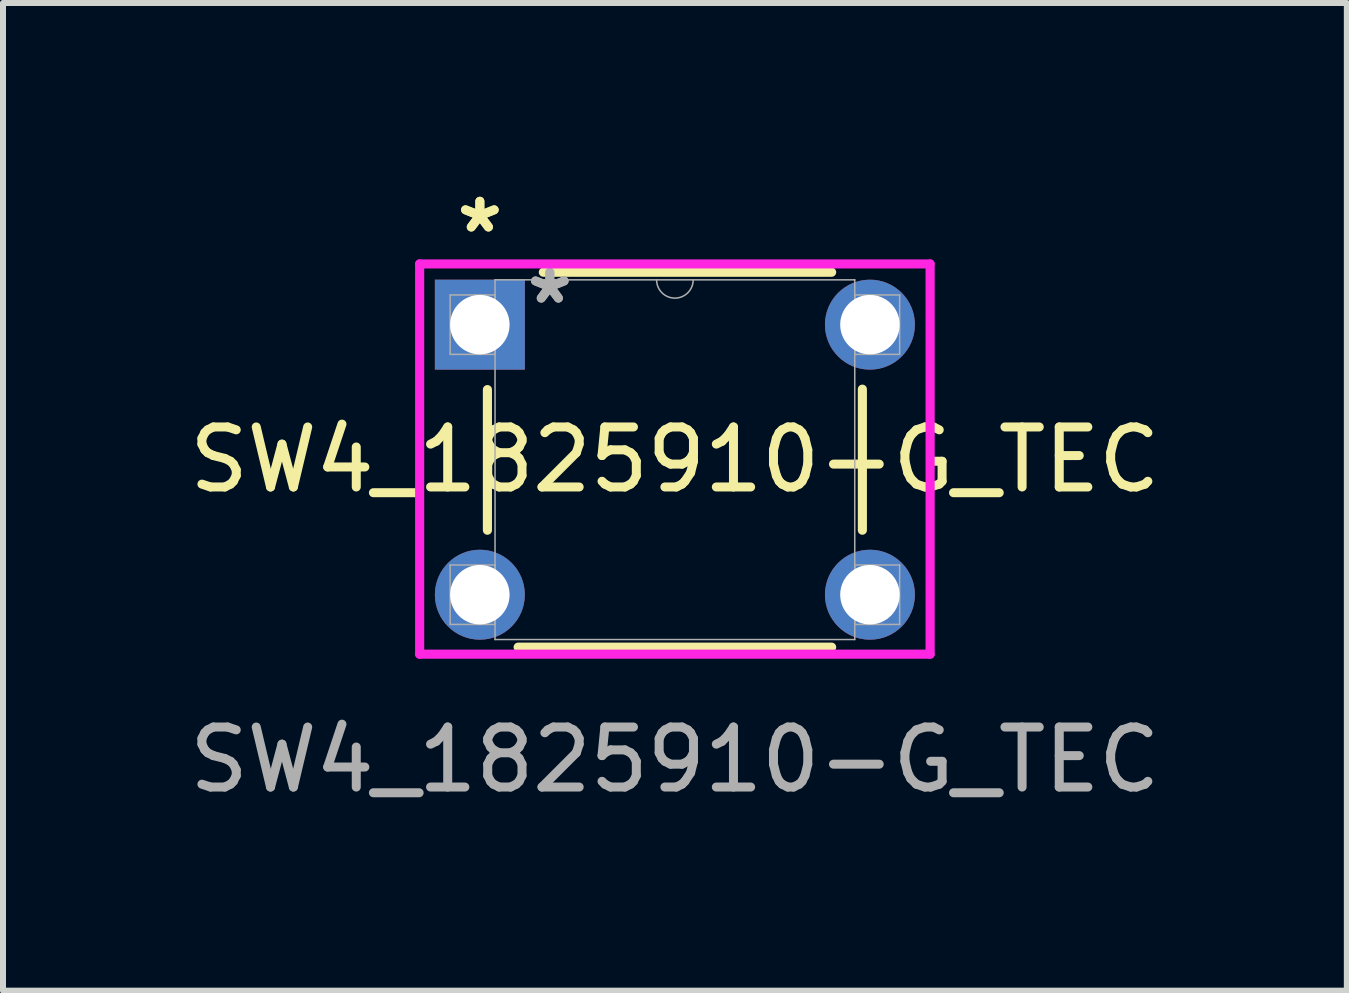
<source format=kicad_pcb>
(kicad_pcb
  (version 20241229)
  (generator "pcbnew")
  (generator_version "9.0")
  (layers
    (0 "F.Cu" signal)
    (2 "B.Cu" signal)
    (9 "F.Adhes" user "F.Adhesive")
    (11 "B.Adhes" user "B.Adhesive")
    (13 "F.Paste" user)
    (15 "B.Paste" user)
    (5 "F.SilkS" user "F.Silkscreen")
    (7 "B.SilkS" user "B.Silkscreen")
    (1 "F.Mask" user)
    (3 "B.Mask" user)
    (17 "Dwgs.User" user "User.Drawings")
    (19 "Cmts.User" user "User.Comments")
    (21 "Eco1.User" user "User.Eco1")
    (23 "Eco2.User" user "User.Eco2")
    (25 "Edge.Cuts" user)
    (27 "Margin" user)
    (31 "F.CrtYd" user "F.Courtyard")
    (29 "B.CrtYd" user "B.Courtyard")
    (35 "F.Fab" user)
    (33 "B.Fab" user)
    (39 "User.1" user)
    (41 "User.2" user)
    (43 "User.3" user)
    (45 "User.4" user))
  (footprint "SW4_1825910-G_TEC"
    (layer "F.Cu")
    (at 3.696 8.61)
    (property "Reference" "SW4_1825910-G_TEC" (at 4.5 -4 0) (unlocked yes) (layer "F.SilkS") (effects (font (size 1 1) (thickness 0.15))))
    (attr through_hole)
    (fp_line (start 1.376 -5.168) (end 1.376 -2.825) (stroke (width 0.152) (type solid)) (layer "F.SilkS"))
    (fp_line (start 1.888 -0.876) (end 7.112 -0.876) (stroke (width 0.152) (type solid)) (layer "F.SilkS"))
    (fp_line (start 7.112 -7.124) (end 2.308 -7.124) (stroke (width 0.152) (type solid)) (layer "F.SilkS"))
    (fp_line (start 7.624 -2.825) (end 7.624 -5.175) (stroke (width 0.152) (type solid)) (layer "F.SilkS"))
    (fp_line (start 0.247 -7.262) (end 8.753 -7.262) (stroke (width 0.152) (type solid)) (layer "F.CrtYd"))
    (fp_line (start 0.247 -0.759) (end 0.247 -7.262) (stroke (width 0.152) (type solid)) (layer "F.CrtYd"))
    (fp_line (start 8.753 -7.262) (end 8.753 -0.759) (stroke (width 0.152) (type solid)) (layer "F.CrtYd"))
    (fp_line (start 8.753 -0.759) (end 0.247 -0.759) (stroke (width 0.152) (type solid)) (layer "F.CrtYd"))
    (fp_line (start 0.755 -6.745) (end 0.755 -5.755) (stroke (width 0.025) (type solid)) (layer "F.Fab"))
    (fp_line (start 0.755 -5.755) (end 1.503 -5.755) (stroke (width 0.025) (type solid)) (layer "F.Fab"))
    (fp_line (start 0.755 -2.245) (end 0.755 -1.255) (stroke (width 0.025) (type solid)) (layer "F.Fab"))
    (fp_line (start 0.755 -1.255) (end 1.503 -1.255) (stroke (width 0.025) (type solid)) (layer "F.Fab"))
    (fp_line (start 1.503 -6.997) (end 1.503 -1.003) (stroke (width 0.025) (type solid)) (layer "F.Fab"))
    (fp_line (start 1.503 -6.745) (end 0.755 -6.745) (stroke (width 0.025) (type solid)) (layer "F.Fab"))
    (fp_line (start 1.503 -5.755) (end 1.503 -6.745) (stroke (width 0.025) (type solid)) (layer "F.Fab"))
    (fp_line (start 1.503 -2.245) (end 0.755 -2.245) (stroke (width 0.025) (type solid)) (layer "F.Fab"))
    (fp_line (start 1.503 -1.255) (end 1.503 -2.245) (stroke (width 0.025) (type solid)) (layer "F.Fab"))
    (fp_line (start 1.503 -1.003) (end 7.497 -1.003) (stroke (width 0.025) (type solid)) (layer "F.Fab"))
    (fp_line (start 7.497 -6.997) (end 1.503 -6.997) (stroke (width 0.025) (type solid)) (layer "F.Fab"))
    (fp_line (start 7.497 -6.745) (end 7.497 -5.755) (stroke (width 0.025) (type solid)) (layer "F.Fab"))
    (fp_line (start 7.497 -5.755) (end 8.245 -5.755) (stroke (width 0.025) (type solid)) (layer "F.Fab"))
    (fp_line (start 7.497 -2.245) (end 7.497 -1.255) (stroke (width 0.025) (type solid)) (layer "F.Fab"))
    (fp_line (start 7.497 -1.255) (end 8.245 -1.255) (stroke (width 0.025) (type solid)) (layer "F.Fab"))
    (fp_line (start 7.497 -1.003) (end 7.497 -6.997) (stroke (width 0.025) (type solid)) (layer "F.Fab"))
    (fp_line (start 8.245 -6.745) (end 7.497 -6.745) (stroke (width 0.025) (type solid)) (layer "F.Fab"))
    (fp_line (start 8.245 -5.755) (end 8.245 -6.745) (stroke (width 0.025) (type solid)) (layer "F.Fab"))
    (fp_line (start 8.245 -2.245) (end 7.497 -2.245) (stroke (width 0.025) (type solid)) (layer "F.Fab"))
    (fp_line (start 8.245 -1.255) (end 8.245 -2.245) (stroke (width 0.025) (type solid)) (layer "F.Fab"))
    (fp_arc (start 4.8048 -6.9972) (mid 4.5 -6.6924) (end 4.1952 -6.9972) (stroke (width 0.0254) (type solid)) (layer "F.Fab"))
    (fp_text user "*" (at 1.25 -7.761 0) (layer "F.SilkS") (effects (font (size 1 1) (thickness 0.15))))
    (fp_text user "*" (at 1.25 -7.761 0) (unlocked yes) (layer "F.SilkS") (effects (font (size 1 1) (thickness 0.15))))
    (fp_text user "*" (at 2.416 -6.576 0) (unlocked yes) (layer "F.Fab") (effects (font (size 1 1) (thickness 0.15))))
    (fp_text user "${REFERENCE}" (at 4.5 1 0) (unlocked yes) (layer "F.Fab") (effects (font (size 1 1) (thickness 0.15))))
    (fp_text user "*" (at 2.416 -6.576 0) (layer "F.Fab") (effects (font (size 1 1) (thickness 0.15))))
    (pad "1" thru_hole rect (at 1.25 -6.25) (size 1.499 1.499) (drill 0.991) (layers "*.Cu" "*.Mask"))
    (pad "2" thru_hole circle (at 7.75 -6.25) (size 1.499 1.499) (drill 0.991) (layers "*.Cu" "*.Mask"))
    (pad "3" thru_hole circle (at 1.25 -1.75) (size 1.499 1.499) (drill 0.991) (layers "*.Cu" "*.Mask"))
    (pad "4" thru_hole circle (at 7.75 -1.75) (size 1.499 1.499) (drill 0.991) (layers "*.Cu" "*.Mask")))
  (gr_rect
    (start -3 -3)
    (end 19.393 13.458)
    (stroke (width 0.1) (type default))
    (fill no)
    (layer "Edge.Cuts")))
</source>
